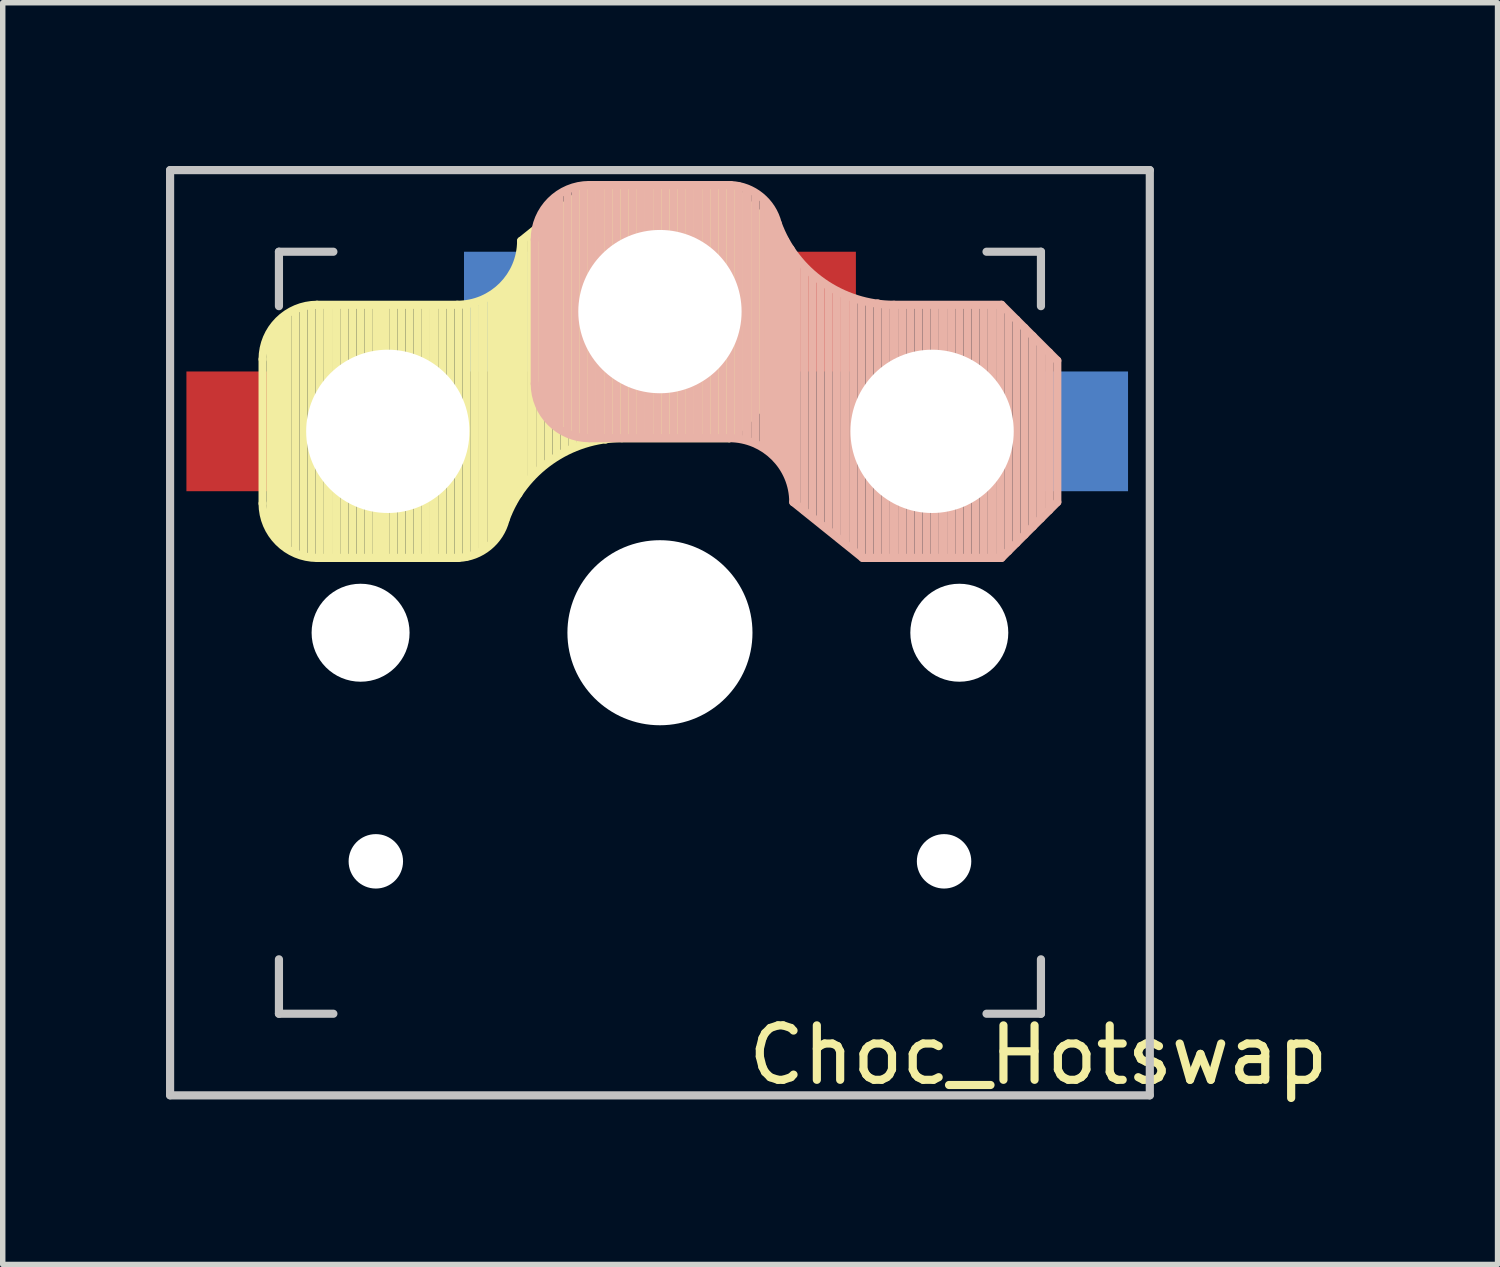
<source format=kicad_pcb>
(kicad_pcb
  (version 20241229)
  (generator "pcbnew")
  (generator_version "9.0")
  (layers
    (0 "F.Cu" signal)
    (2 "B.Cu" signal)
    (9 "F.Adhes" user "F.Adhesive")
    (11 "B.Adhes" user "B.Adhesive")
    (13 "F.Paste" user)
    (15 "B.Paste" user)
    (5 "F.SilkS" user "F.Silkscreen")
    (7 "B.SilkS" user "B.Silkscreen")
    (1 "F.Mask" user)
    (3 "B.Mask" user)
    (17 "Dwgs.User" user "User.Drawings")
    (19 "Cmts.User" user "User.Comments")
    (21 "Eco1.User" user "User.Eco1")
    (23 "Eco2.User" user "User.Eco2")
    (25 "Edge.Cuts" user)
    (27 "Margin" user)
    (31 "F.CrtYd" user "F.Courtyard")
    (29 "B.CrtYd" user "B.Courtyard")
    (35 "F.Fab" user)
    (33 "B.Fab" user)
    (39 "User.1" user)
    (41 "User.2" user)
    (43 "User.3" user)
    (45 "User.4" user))
  (footprint "Choc_Hotswap"
    (layer "F.Cu")
    (at 9.075 8.575)
    (property "Reference" "Choc_Hotswap" (at 6.954 7.759 0) (layer "F.SilkS") (effects (font (size 1 1) (thickness 0.15))))
    (attr through_hole)
    (fp_line (start -7.3 -5.025) (end -7.3 -2.375) (stroke (width 0.15) (type solid)) (layer "F.SilkS"))
    (fp_line (start -7.15 -1.95) (end -7.15 -5.5) (stroke (width 0.15) (type solid)) (layer "F.SilkS"))
    (fp_line (start -7.05 -1.8) (end -7.05 -5.55) (stroke (width 0.15) (type solid)) (layer "F.SilkS"))
    (fp_line (start -6.95 -1.7) (end -6.95 -5.65) (stroke (width 0.15) (type solid)) (layer "F.SilkS"))
    (fp_line (start -6.85 -1.6) (end -6.85 -5.8) (stroke (width 0.15) (type solid)) (layer "F.SilkS"))
    (fp_line (start -6.7 -1.5) (end -6.7 -5.9) (stroke (width 0.15) (type solid)) (layer "F.SilkS"))
    (fp_line (start -6.55 -1.45) (end -6.55 -5.95) (stroke (width 0.15) (type solid)) (layer "F.SilkS"))
    (fp_line (start -6.4 -1.4) (end -6.4 -5.95) (stroke (width 0.15) (type solid)) (layer "F.SilkS"))
    (fp_line (start -6.3 -6.025) (end -3.725 -6.025) (stroke (width 0.15) (type solid)) (layer "F.SilkS"))
    (fp_line (start -6.3 -1.375) (end -3.7 -1.375) (stroke (width 0.15) (type solid)) (layer "F.SilkS"))
    (fp_line (start -6.25 -1.4) (end -6.25 -6) (stroke (width 0.15) (type solid)) (layer "F.SilkS"))
    (fp_line (start -6.1 -1.4) (end -6.1 -6) (stroke (width 0.15) (type solid)) (layer "F.SilkS"))
    (fp_line (start -5.95 -1.4) (end -5.95 -6) (stroke (width 0.15) (type solid)) (layer "F.SilkS"))
    (fp_line (start -5.8 -1.4) (end -5.8 -6) (stroke (width 0.15) (type solid)) (layer "F.SilkS"))
    (fp_line (start -5.65 -1.4) (end -5.65 -6) (stroke (width 0.15) (type solid)) (layer "F.SilkS"))
    (fp_line (start -5.5 -1.4) (end -5.5 -6) (stroke (width 0.15) (type solid)) (layer "F.SilkS"))
    (fp_line (start -5.35 -1.4) (end -5.35 -6) (stroke (width 0.15) (type solid)) (layer "F.SilkS"))
    (fp_line (start -5.2 -1.4) (end -5.2 -6) (stroke (width 0.15) (type solid)) (layer "F.SilkS"))
    (fp_line (start -5.05 -1.4) (end -5.05 -6) (stroke (width 0.15) (type solid)) (layer "F.SilkS"))
    (fp_line (start -4.9 -1.4) (end -4.9 -6) (stroke (width 0.15) (type solid)) (layer "F.SilkS"))
    (fp_line (start -4.75 -1.4) (end -4.75 -6) (stroke (width 0.15) (type solid)) (layer "F.SilkS"))
    (fp_line (start -4.6 -1.4) (end -4.6 -6) (stroke (width 0.15) (type solid)) (layer "F.SilkS"))
    (fp_line (start -4.45 -1.4) (end -4.45 -6) (stroke (width 0.15) (type solid)) (layer "F.SilkS"))
    (fp_line (start -4.3 -1.4) (end -4.3 -6) (stroke (width 0.15) (type solid)) (layer "F.SilkS"))
    (fp_line (start -4.15 -1.4) (end -4.15 -6) (stroke (width 0.15) (type solid)) (layer "F.SilkS"))
    (fp_line (start -4 -1.4) (end -4 -6) (stroke (width 0.15) (type solid)) (layer "F.SilkS"))
    (fp_line (start -3.85 -1.4) (end -3.85 -5.95) (stroke (width 0.15) (type solid)) (layer "F.SilkS"))
    (fp_line (start -3.7 -1.4) (end -3.7 -6) (stroke (width 0.15) (type solid)) (layer "F.SilkS"))
    (fp_line (start -3.55 -1.4) (end -3.55 -6) (stroke (width 0.15) (type solid)) (layer "F.SilkS"))
    (fp_line (start -3.4 -1.45) (end -3.4 -6) (stroke (width 0.15) (type solid)) (layer "F.SilkS"))
    (fp_line (start -3.25 -1.55) (end -3.25 -6.1) (stroke (width 0.15) (type solid)) (layer "F.SilkS"))
    (fp_line (start -3.1 -1.65) (end -3.1 -6.15) (stroke (width 0.15) (type solid)) (layer "F.SilkS"))
    (fp_line (start -3 -1.8) (end -3 -6.2) (stroke (width 0.15) (type solid)) (layer "F.SilkS"))
    (fp_line (start -2.9 -2.05) (end -2.9 -6.25) (stroke (width 0.15) (type solid)) (layer "F.SilkS"))
    (fp_line (start -2.8 -2.2) (end -2.8 -6.35) (stroke (width 0.15) (type solid)) (layer "F.SilkS"))
    (fp_line (start -2.7 -2.4) (end -2.7 -6.55) (stroke (width 0.15) (type solid)) (layer "F.SilkS"))
    (fp_line (start -2.6 -2.55) (end -2.6 -6.7) (stroke (width 0.15) (type solid)) (layer "F.SilkS"))
    (fp_line (start -2.5 -2.75) (end -2.5 -7.2) (stroke (width 0.15) (type solid)) (layer "F.SilkS"))
    (fp_line (start -2.35 -2.9) (end -2.35 -7.35) (stroke (width 0.15) (type solid)) (layer "F.SilkS"))
    (fp_line (start -2.2 -3.05) (end -2.2 -7.45) (stroke (width 0.15) (type solid)) (layer "F.SilkS"))
    (fp_line (start -2.05 -3.15) (end -2.05 -7.55) (stroke (width 0.15) (type solid)) (layer "F.SilkS"))
    (fp_line (start -1.9 -3.25) (end -1.9 -7.7) (stroke (width 0.15) (type solid)) (layer "F.SilkS"))
    (fp_line (start -1.75 -3.35) (end -1.75 -7.8) (stroke (width 0.15) (type solid)) (layer "F.SilkS"))
    (fp_line (start -1.6 -3.4) (end -1.6 -7.95) (stroke (width 0.15) (type solid)) (layer "F.SilkS"))
    (fp_line (start -1.45 -3.5) (end -1.45 -8.05) (stroke (width 0.15) (type solid)) (layer "F.SilkS"))
    (fp_line (start -1.3 -3.55) (end -1.3 -8.15) (stroke (width 0.15) (type solid)) (layer "F.SilkS"))
    (fp_line (start -1.275 -8.225) (end -2.55 -7.2) (stroke (width 0.15) (type solid)) (layer "F.SilkS"))
    (fp_line (start -1.275 -8.225) (end 1.275 -8.225) (stroke (width 0.15) (type solid)) (layer "F.SilkS"))
    (fp_line (start -1.15 -3.55) (end -1.15 -8.2) (stroke (width 0.15) (type solid)) (layer "F.SilkS"))
    (fp_line (start -1 -3.55) (end -1 -8.2) (stroke (width 0.15) (type solid)) (layer "F.SilkS"))
    (fp_line (start -0.85 -3.6) (end -0.85 -8.15) (stroke (width 0.15) (type solid)) (layer "F.SilkS"))
    (fp_line (start -0.7 -3.6) (end -0.7 -8.2) (stroke (width 0.15) (type solid)) (layer "F.SilkS"))
    (fp_line (start -0.7 -3.575) (end 1.275 -3.575) (stroke (width 0.15) (type solid)) (layer "F.SilkS"))
    (fp_line (start -0.55 -3.6) (end -0.55 -8.2) (stroke (width 0.15) (type solid)) (layer "F.SilkS"))
    (fp_line (start -0.4 -3.6) (end -0.4 -8.2) (stroke (width 0.15) (type solid)) (layer "F.SilkS"))
    (fp_line (start -0.25 -3.6) (end -0.25 -8.2) (stroke (width 0.15) (type solid)) (layer "F.SilkS"))
    (fp_line (start -0.1 -3.6) (end -0.1 -8.2) (stroke (width 0.15) (type solid)) (layer "F.SilkS"))
    (fp_line (start 0.05 -3.6) (end 0.05 -8.2) (stroke (width 0.15) (type solid)) (layer "F.SilkS"))
    (fp_line (start 0.2 -3.6) (end 0.2 -8.2) (stroke (width 0.15) (type solid)) (layer "F.SilkS"))
    (fp_line (start 0.35 -3.6) (end 0.35 -8.2) (stroke (width 0.15) (type solid)) (layer "F.SilkS"))
    (fp_line (start 0.5 -3.6) (end 0.5 -8.2) (stroke (width 0.15) (type solid)) (layer "F.SilkS"))
    (fp_line (start 0.65 -3.6) (end 0.65 -8.2) (stroke (width 0.15) (type solid)) (layer "F.SilkS"))
    (fp_line (start 0.8 -3.6) (end 0.8 -8.2) (stroke (width 0.15) (type solid)) (layer "F.SilkS"))
    (fp_line (start 0.95 -3.6) (end 0.95 -8.2) (stroke (width 0.15) (type solid)) (layer "F.SilkS"))
    (fp_line (start 1.1 -3.6) (end 1.1 -8.2) (stroke (width 0.15) (type solid)) (layer "F.SilkS"))
    (fp_line (start 1.25 -3.6) (end 1.25 -8.2) (stroke (width 0.15) (type solid)) (layer "F.SilkS"))
    (fp_line (start 1.4 -3.75) (end 1.4 -8.1) (stroke (width 0.15) (type solid)) (layer "F.SilkS"))
    (fp_line (start 1.55 -3.85) (end 1.55 -7.95) (stroke (width 0.15) (type solid)) (layer "F.SilkS"))
    (fp_line (start 1.7 -4) (end 1.7 -7.8) (stroke (width 0.15) (type solid)) (layer "F.SilkS"))
    (fp_line (start 1.85 -4.15) (end 1.85 -7.65) (stroke (width 0.15) (type solid)) (layer "F.SilkS"))
    (fp_line (start 2 -4.35) (end 2 -7.5) (stroke (width 0.15) (type solid)) (layer "F.SilkS"))
    (fp_line (start 2.15 -4.45) (end 2.15 -7.35) (stroke (width 0.15) (type solid)) (layer "F.SilkS"))
    (fp_line (start 2.3 -7.2) (end 1.275 -8.225) (stroke (width 0.15) (type solid)) (layer "F.SilkS"))
    (fp_line (start 2.3 -7.2) (end 2.3 -4.6) (stroke (width 0.15) (type solid)) (layer "F.SilkS"))
    (fp_line (start 2.3 -4.6) (end 1.275 -3.575) (stroke (width 0.15) (type solid)) (layer "F.SilkS"))
    (fp_arc (start -7.3 -5.025) (mid -7.007107 -5.732107) (end -6.3 -6.025) (stroke (width 0.15) (type solid)) (layer "F.SilkS"))
    (fp_arc (start -6.3 -1.375) (mid -7.007107 -1.667893) (end -7.3 -2.375) (stroke (width 0.15) (type solid)) (layer "F.SilkS"))
    (fp_arc (start -2.837801 -2.078096) (mid -3.151716 -1.583979) (end -3.699005 -1.376209) (stroke (width 0.15) (type solid)) (layer "F.SilkS"))
    (fp_arc (start -2.837801 -2.078096) (mid -2.004887 -3.163571) (end -0.7 -3.575) (stroke (width 0.15) (type solid)) (layer "F.SilkS"))
    (fp_arc (start -2.55 -7.2) (mid -2.89415 -6.36915) (end -3.725 -6.025) (stroke (width 0.15) (type solid)) (layer "F.SilkS"))
    (fp_line (start -2.3 -4.575) (end -2.3 -7.225) (stroke (width 0.15) (type solid)) (layer "B.SilkS"))
    (fp_line (start -2.15 -7.65) (end -2.15 -4.1) (stroke (width 0.15) (type solid)) (layer "B.SilkS"))
    (fp_line (start -2.05 -7.8) (end -2.05 -4.05) (stroke (width 0.15) (type solid)) (layer "B.SilkS"))
    (fp_line (start -1.95 -7.9) (end -1.95 -3.95) (stroke (width 0.15) (type solid)) (layer "B.SilkS"))
    (fp_line (start -1.85 -8) (end -1.85 -3.8) (stroke (width 0.15) (type solid)) (layer "B.SilkS"))
    (fp_line (start -1.7 -8.1) (end -1.7 -3.7) (stroke (width 0.15) (type solid)) (layer "B.SilkS"))
    (fp_line (start -1.55 -8.15) (end -1.55 -3.65) (stroke (width 0.15) (type solid)) (layer "B.SilkS"))
    (fp_line (start -1.4 -8.2) (end -1.4 -3.65) (stroke (width 0.15) (type solid)) (layer "B.SilkS"))
    (fp_line (start -1.3 -8.225) (end 1.3 -8.225) (stroke (width 0.15) (type solid)) (layer "B.SilkS"))
    (fp_line (start -1.3 -3.575) (end 1.275 -3.575) (stroke (width 0.15) (type solid)) (layer "B.SilkS"))
    (fp_line (start -1.25 -8.2) (end -1.25 -3.6) (stroke (width 0.15) (type solid)) (layer "B.SilkS"))
    (fp_line (start -1.1 -8.2) (end -1.1 -3.6) (stroke (width 0.15) (type solid)) (layer "B.SilkS"))
    (fp_line (start -0.95 -8.2) (end -0.95 -3.6) (stroke (width 0.15) (type solid)) (layer "B.SilkS"))
    (fp_line (start -0.8 -8.2) (end -0.8 -3.6) (stroke (width 0.15) (type solid)) (layer "B.SilkS"))
    (fp_line (start -0.65 -8.2) (end -0.65 -3.6) (stroke (width 0.15) (type solid)) (layer "B.SilkS"))
    (fp_line (start -0.5 -8.2) (end -0.5 -3.6) (stroke (width 0.15) (type solid)) (layer "B.SilkS"))
    (fp_line (start -0.35 -8.2) (end -0.35 -3.6) (stroke (width 0.15) (type solid)) (layer "B.SilkS"))
    (fp_line (start -0.2 -8.2) (end -0.2 -3.6) (stroke (width 0.15) (type solid)) (layer "B.SilkS"))
    (fp_line (start -0.05 -8.2) (end -0.05 -3.6) (stroke (width 0.15) (type solid)) (layer "B.SilkS"))
    (fp_line (start 0.1 -8.2) (end 0.1 -3.6) (stroke (width 0.15) (type solid)) (layer "B.SilkS"))
    (fp_line (start 0.25 -8.2) (end 0.25 -3.6) (stroke (width 0.15) (type solid)) (layer "B.SilkS"))
    (fp_line (start 0.4 -8.2) (end 0.4 -3.6) (stroke (width 0.15) (type solid)) (layer "B.SilkS"))
    (fp_line (start 0.55 -8.2) (end 0.55 -3.6) (stroke (width 0.15) (type solid)) (layer "B.SilkS"))
    (fp_line (start 0.7 -8.2) (end 0.7 -3.6) (stroke (width 0.15) (type solid)) (layer "B.SilkS"))
    (fp_line (start 0.85 -8.2) (end 0.85 -3.6) (stroke (width 0.15) (type solid)) (layer "B.SilkS"))
    (fp_line (start 1 -8.2) (end 1 -3.6) (stroke (width 0.15) (type solid)) (layer "B.SilkS"))
    (fp_line (start 1.15 -8.2) (end 1.15 -3.65) (stroke (width 0.15) (type solid)) (layer "B.SilkS"))
    (fp_line (start 1.3 -8.2) (end 1.3 -3.6) (stroke (width 0.15) (type solid)) (layer "B.SilkS"))
    (fp_line (start 1.45 -8.2) (end 1.45 -3.6) (stroke (width 0.15) (type solid)) (layer "B.SilkS"))
    (fp_line (start 1.6 -8.15) (end 1.6 -3.6) (stroke (width 0.15) (type solid)) (layer "B.SilkS"))
    (fp_line (start 1.75 -8.05) (end 1.75 -3.5) (stroke (width 0.15) (type solid)) (layer "B.SilkS"))
    (fp_line (start 1.9 -7.95) (end 1.9 -3.45) (stroke (width 0.15) (type solid)) (layer "B.SilkS"))
    (fp_line (start 2 -7.8) (end 2 -3.4) (stroke (width 0.15) (type solid)) (layer "B.SilkS"))
    (fp_line (start 2.1 -7.55) (end 2.1 -3.35) (stroke (width 0.15) (type solid)) (layer "B.SilkS"))
    (fp_line (start 2.2 -7.4) (end 2.2 -3.25) (stroke (width 0.15) (type solid)) (layer "B.SilkS"))
    (fp_line (start 2.3 -7.2) (end 2.3 -3.05) (stroke (width 0.15) (type solid)) (layer "B.SilkS"))
    (fp_line (start 2.4 -7.05) (end 2.4 -2.9) (stroke (width 0.15) (type solid)) (layer "B.SilkS"))
    (fp_line (start 2.5 -6.85) (end 2.5 -2.4) (stroke (width 0.15) (type solid)) (layer "B.SilkS"))
    (fp_line (start 2.65 -6.7) (end 2.65 -2.25) (stroke (width 0.15) (type solid)) (layer "B.SilkS"))
    (fp_line (start 2.8 -6.55) (end 2.8 -2.15) (stroke (width 0.15) (type solid)) (layer "B.SilkS"))
    (fp_line (start 2.95 -6.45) (end 2.95 -2.05) (stroke (width 0.15) (type solid)) (layer "B.SilkS"))
    (fp_line (start 3.1 -6.35) (end 3.1 -1.9) (stroke (width 0.15) (type solid)) (layer "B.SilkS"))
    (fp_line (start 3.25 -6.25) (end 3.25 -1.8) (stroke (width 0.15) (type solid)) (layer "B.SilkS"))
    (fp_line (start 3.4 -6.2) (end 3.4 -1.65) (stroke (width 0.15) (type solid)) (layer "B.SilkS"))
    (fp_line (start 3.55 -6.1) (end 3.55 -1.55) (stroke (width 0.15) (type solid)) (layer "B.SilkS"))
    (fp_line (start 3.7 -6.05) (end 3.7 -1.45) (stroke (width 0.15) (type solid)) (layer "B.SilkS"))
    (fp_line (start 3.725 -1.375) (end 2.45 -2.4) (stroke (width 0.15) (type solid)) (layer "B.SilkS"))
    (fp_line (start 3.725 -1.375) (end 6.275 -1.375) (stroke (width 0.15) (type solid)) (layer "B.SilkS"))
    (fp_line (start 3.85 -6.05) (end 3.85 -1.4) (stroke (width 0.15) (type solid)) (layer "B.SilkS"))
    (fp_line (start 4 -6.05) (end 4 -1.4) (stroke (width 0.15) (type solid)) (layer "B.SilkS"))
    (fp_line (start 4.15 -6) (end 4.15 -1.45) (stroke (width 0.15) (type solid)) (layer "B.SilkS"))
    (fp_line (start 4.3 -6.025) (end 6.275 -6.025) (stroke (width 0.15) (type solid)) (layer "B.SilkS"))
    (fp_line (start 4.3 -6) (end 4.3 -1.4) (stroke (width 0.15) (type solid)) (layer "B.SilkS"))
    (fp_line (start 4.45 -6) (end 4.45 -1.4) (stroke (width 0.15) (type solid)) (layer "B.SilkS"))
    (fp_line (start 4.6 -6) (end 4.6 -1.4) (stroke (width 0.15) (type solid)) (layer "B.SilkS"))
    (fp_line (start 4.75 -6) (end 4.75 -1.4) (stroke (width 0.15) (type solid)) (layer "B.SilkS"))
    (fp_line (start 4.9 -6) (end 4.9 -1.4) (stroke (width 0.15) (type solid)) (layer "B.SilkS"))
    (fp_line (start 5.05 -6) (end 5.05 -1.4) (stroke (width 0.15) (type solid)) (layer "B.SilkS"))
    (fp_line (start 5.2 -6) (end 5.2 -1.4) (stroke (width 0.15) (type solid)) (layer "B.SilkS"))
    (fp_line (start 5.35 -6) (end 5.35 -1.4) (stroke (width 0.15) (type solid)) (layer "B.SilkS"))
    (fp_line (start 5.5 -6) (end 5.5 -1.4) (stroke (width 0.15) (type solid)) (layer "B.SilkS"))
    (fp_line (start 5.65 -6) (end 5.65 -1.4) (stroke (width 0.15) (type solid)) (layer "B.SilkS"))
    (fp_line (start 5.8 -6) (end 5.8 -1.4) (stroke (width 0.15) (type solid)) (layer "B.SilkS"))
    (fp_line (start 5.95 -6) (end 5.95 -1.4) (stroke (width 0.15) (type solid)) (layer "B.SilkS"))
    (fp_line (start 6.1 -6) (end 6.1 -1.4) (stroke (width 0.15) (type solid)) (layer "B.SilkS"))
    (fp_line (start 6.25 -6) (end 6.25 -1.4) (stroke (width 0.15) (type solid)) (layer "B.SilkS"))
    (fp_line (start 6.4 -5.85) (end 6.4 -1.5) (stroke (width 0.15) (type solid)) (layer "B.SilkS"))
    (fp_line (start 6.55 -5.75) (end 6.55 -1.65) (stroke (width 0.15) (type solid)) (layer "B.SilkS"))
    (fp_line (start 6.7 -5.6) (end 6.7 -1.8) (stroke (width 0.15) (type solid)) (layer "B.SilkS"))
    (fp_line (start 6.85 -5.45) (end 6.85 -1.95) (stroke (width 0.15) (type solid)) (layer "B.SilkS"))
    (fp_line (start 7 -5.25) (end 7 -2.1) (stroke (width 0.15) (type solid)) (layer "B.SilkS"))
    (fp_line (start 7.15 -5.15) (end 7.15 -2.25) (stroke (width 0.15) (type solid)) (layer "B.SilkS"))
    (fp_line (start 7.3 -5) (end 6.275 -6.025) (stroke (width 0.15) (type solid)) (layer "B.SilkS"))
    (fp_line (start 7.3 -2.4) (end 6.275 -1.375) (stroke (width 0.15) (type solid)) (layer "B.SilkS"))
    (fp_line (start 7.3 -2.4) (end 7.3 -5) (stroke (width 0.15) (type solid)) (layer "B.SilkS"))
    (fp_arc (start -2.3 -7.225) (mid -2.007107 -7.932107) (end -1.3 -8.225) (stroke (width 0.15) (type solid)) (layer "B.SilkS"))
    (fp_arc (start -1.3 -3.575) (mid -2.007107 -3.867893) (end -2.3 -4.575) (stroke (width 0.15) (type solid)) (layer "B.SilkS"))
    (fp_arc (start 1.275 -3.575) (mid 2.10585 -3.23085) (end 2.45 -2.4) (stroke (width 0.15) (type solid)) (layer "B.SilkS"))
    (fp_arc (start 1.300995 -8.223791) (mid 1.848284 -8.016021) (end 2.162199 -7.521904) (stroke (width 0.15) (type solid)) (layer "B.SilkS"))
    (fp_arc (start 4.3 -6.025) (mid 2.995114 -6.436429) (end 2.162199 -7.521904) (stroke (width 0.15) (type solid)) (layer "B.SilkS"))
    (fp_line (start -9 -8.5) (end 9 -8.5) (stroke (width 0.15) (type solid)) (layer "Dwgs.User"))
    (fp_line (start -9 8.498) (end -9 -8.499) (stroke (width 0.15) (type solid)) (layer "Dwgs.User"))
    (fp_line (start -7 -7) (end -7 -6) (stroke (width 0.15) (type solid)) (layer "Dwgs.User"))
    (fp_line (start -7 6) (end -7 7) (stroke (width 0.15) (type solid)) (layer "Dwgs.User"))
    (fp_line (start -7 7) (end -6 7) (stroke (width 0.15) (type solid)) (layer "Dwgs.User"))
    (fp_line (start -6 -7) (end -7 -7) (stroke (width 0.15) (type solid)) (layer "Dwgs.User"))
    (fp_line (start 6 -7) (end 7 -7) (stroke (width 0.15) (type solid)) (layer "Dwgs.User"))
    (fp_line (start 7 -7) (end 7 -6) (stroke (width 0.15) (type solid)) (layer "Dwgs.User"))
    (fp_line (start 7 6) (end 7 7) (stroke (width 0.15) (type solid)) (layer "Dwgs.User"))
    (fp_line (start 7 7) (end 6 7) (stroke (width 0.15) (type solid)) (layer "Dwgs.User"))
    (fp_line (start 8.998 8.5) (end -8.998 8.5) (stroke (width 0.15) (type solid)) (layer "Dwgs.User"))
    (fp_line (start 9 -8.499) (end 9 8.499) (stroke (width 0.15) (type solid)) (layer "Dwgs.User"))
    (pad "" np_thru_hole circle (at -5.5 0 270) (size 1.8 1.8) (drill 1.8) (layers "*.Cu" "*.Mask"))
    (pad "" np_thru_hole circle (at -5.22 4.2) (size 1 1) (drill 1) (layers "*.Cu" "*.Mask"))
    (pad "" np_thru_hole circle (at -5 -3.7 90) (size 3 3) (drill 3) (layers "*.Cu" "*.Mask"))
    (pad "" np_thru_hole circle (at 0 -5.9 270) (size 3 3) (drill 3) (layers "*.Cu" "*.Mask"))
    (pad "" np_thru_hole circle (at 0 0 270) (size 3.4 3.4) (drill 3.4) (layers "*.Cu" "*.Mask"))
    (pad "" np_thru_hole circle (at 5 -3.7 270) (size 3 3) (drill 3) (layers "*.Cu" "*.Mask"))
    (pad "" np_thru_hole circle (at 5.22 4.2) (size 1 1) (drill 1) (layers "*.Cu" "*.Mask"))
    (pad "" np_thru_hole circle (at 5.5 0 270) (size 1.8 1.8) (drill 1.8) (layers "*.Cu" "*.Mask"))
    (pad "1" smd rect (at -7.9 -3.7) (size 1.6 2.2) (layers "F.Cu" "F.Mask" "F.Paste"))
    (pad "1" smd rect (at 7.8 -3.7) (size 1.6 2.2) (layers "B.Cu" "B.Mask" "B.Paste"))
    (pad "2" smd rect (at -2.8 -5.9) (size 1.6 2.2) (layers "B.Cu" "B.Mask" "B.Paste"))
    (pad "2" smd rect (at 2.8 -5.9) (size 1.6 2.2) (layers "F.Cu" "F.Mask" "F.Paste")))
  (gr_rect
    (start -3 -3)
    (end 24.464 20.182)
    (stroke (width 0.1) (type default))
    (fill no)
    (layer "Edge.Cuts")))
</source>
